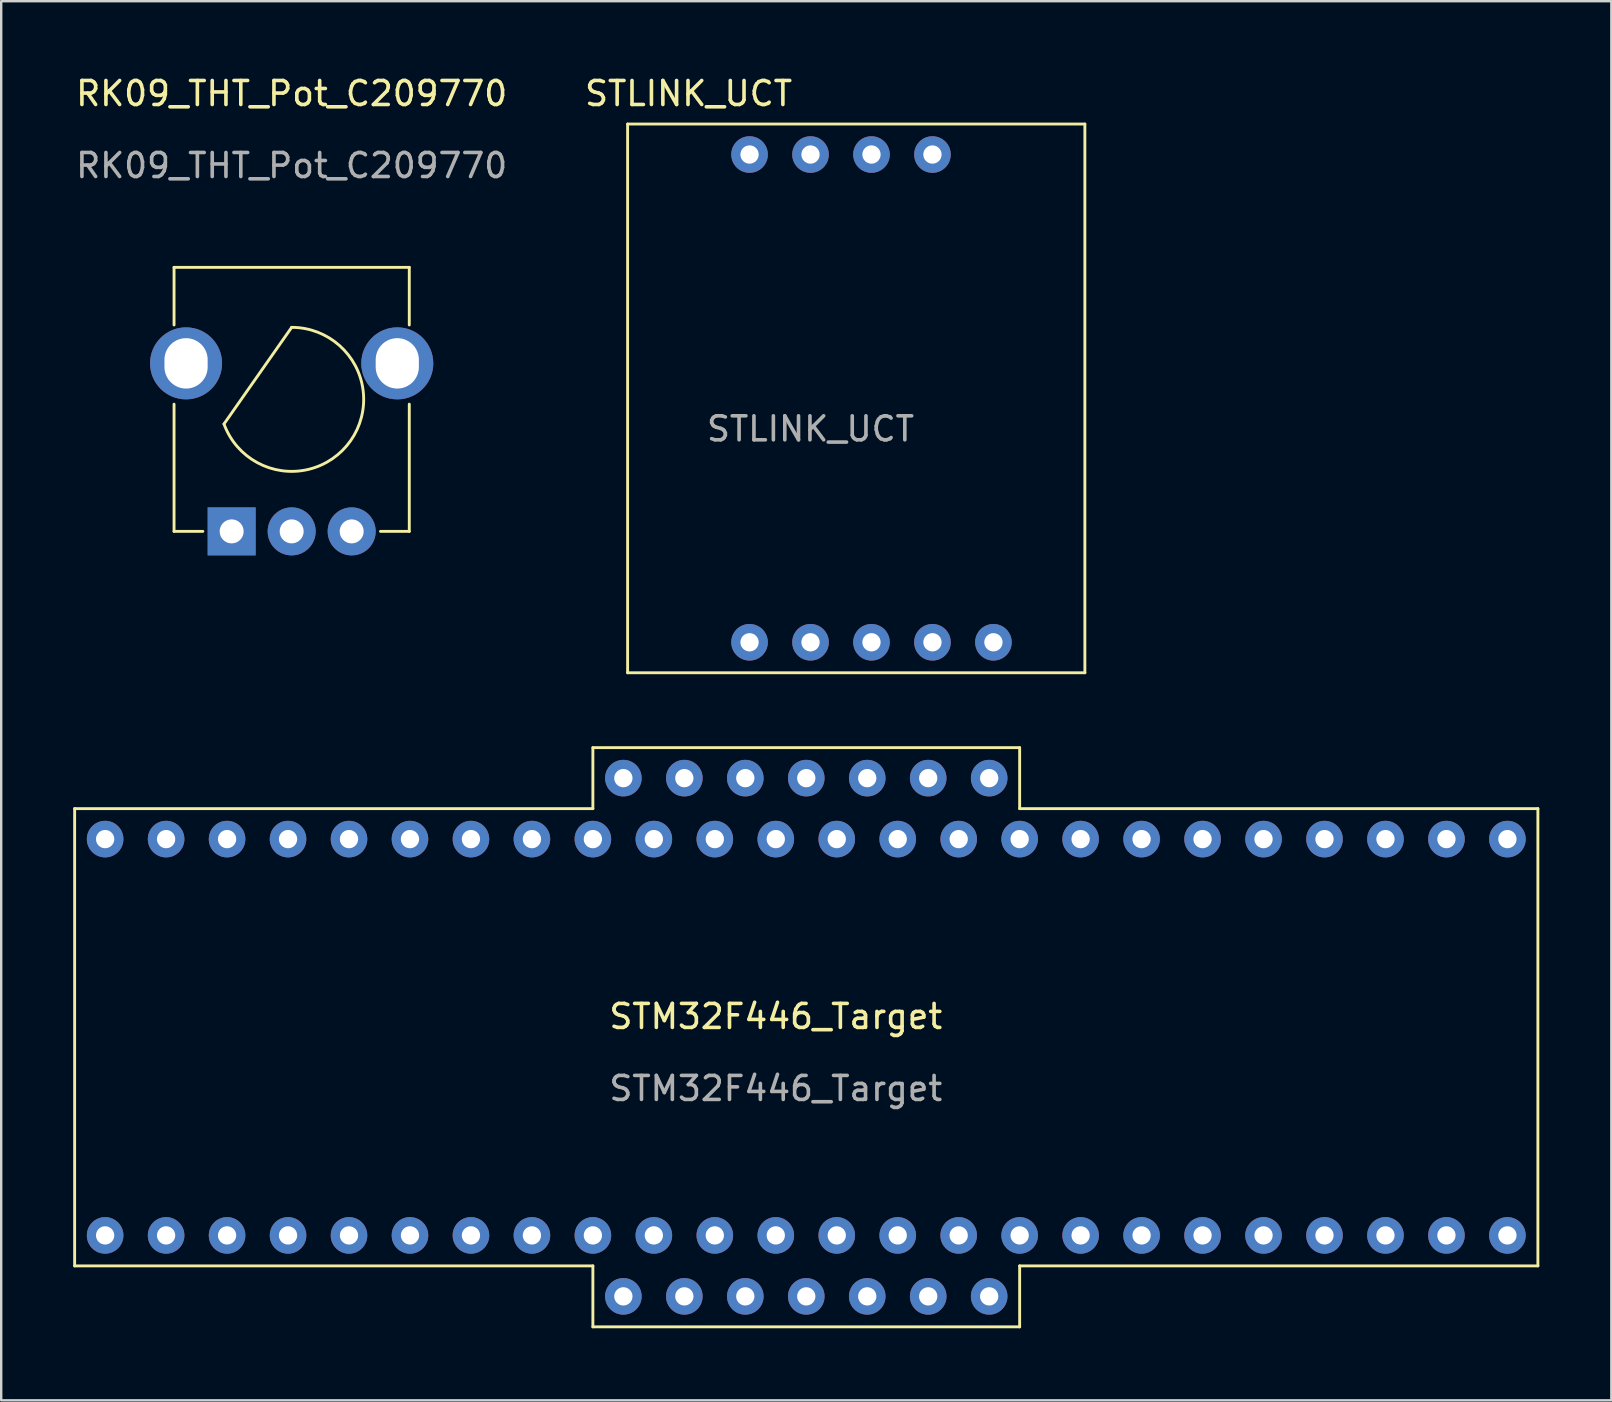
<source format=kicad_pcb>
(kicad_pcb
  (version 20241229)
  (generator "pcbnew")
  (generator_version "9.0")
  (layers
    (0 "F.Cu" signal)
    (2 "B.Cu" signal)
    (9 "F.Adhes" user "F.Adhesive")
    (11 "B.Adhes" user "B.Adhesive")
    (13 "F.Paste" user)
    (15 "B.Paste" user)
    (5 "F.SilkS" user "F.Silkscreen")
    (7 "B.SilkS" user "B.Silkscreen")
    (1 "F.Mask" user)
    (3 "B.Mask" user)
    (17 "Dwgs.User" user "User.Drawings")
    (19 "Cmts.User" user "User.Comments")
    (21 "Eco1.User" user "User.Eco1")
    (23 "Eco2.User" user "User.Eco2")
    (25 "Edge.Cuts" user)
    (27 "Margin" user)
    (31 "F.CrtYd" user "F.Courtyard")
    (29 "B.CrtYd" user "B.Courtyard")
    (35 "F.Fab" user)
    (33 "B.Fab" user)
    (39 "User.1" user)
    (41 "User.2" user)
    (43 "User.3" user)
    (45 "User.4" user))
  (footprint "STLINK_UCT"
    (layer "F.Cu")
    (at 31.987 13.548)
    (property "Reference" "STLINK_UCT" (at -6.35 -12.7 0) (unlocked yes) (layer "F.SilkS") (effects (font (size 1 1) (thickness 0.15))))
    (attr through_hole)
    (fp_line (start -8.89 -11.43) (end 10.16 -11.43) (stroke (width 0.12) (type solid)) (layer "F.SilkS"))
    (fp_line (start -8.89 11.43) (end -8.89 -11.43) (stroke (width 0.12) (type solid)) (layer "F.SilkS"))
    (fp_line (start 10.16 -11.43) (end 10.16 11.43) (stroke (width 0.12) (type solid)) (layer "F.SilkS"))
    (fp_line (start 10.16 11.43) (end -8.89 11.43) (stroke (width 0.12) (type solid)) (layer "F.SilkS"))
    (fp_text user "${REFERENCE}" (at -1.27 1.27 0) (unlocked yes) (layer "F.Fab") (effects (font (size 1 1) (thickness 0.15))))
    (pad "1" thru_hole circle (at 6.35 10.16) (size 1.524 1.524) (drill 0.762) (layers "*.Cu" "*.Mask"))
    (pad "2" thru_hole circle (at 3.81 10.16) (size 1.524 1.524) (drill 0.762) (layers "*.Cu" "*.Mask"))
    (pad "3" thru_hole circle (at 1.27 10.16) (size 1.524 1.524) (drill 0.762) (layers "*.Cu" "*.Mask"))
    (pad "4" thru_hole circle (at -1.27 10.16) (size 1.524 1.524) (drill 0.762) (layers "*.Cu" "*.Mask"))
    (pad "5" thru_hole circle (at -3.81 10.16) (size 1.524 1.524) (drill 0.762) (layers "*.Cu" "*.Mask"))
    (pad "6" thru_hole circle (at 3.81 -10.16) (size 1.524 1.524) (drill 0.762) (layers "*.Cu" "*.Mask"))
    (pad "7" thru_hole circle (at 1.27 -10.16) (size 1.524 1.524) (drill 0.762) (layers "*.Cu" "*.Mask"))
    (pad "8" thru_hole circle (at -1.27 -10.16) (size 1.524 1.524) (drill 0.762) (layers "*.Cu" "*.Mask"))
    (pad "9" thru_hole circle (at -3.81 -10.16) (size 1.524 1.524) (drill 0.762) (layers "*.Cu" "*.Mask")))
  (footprint "STM32F446_Target"
    (layer "F.Cu")
    (at 29.27 40.163)
    (property "Reference" "STM32F446_Target" (at 0 -0.865 0) (unlocked yes) (layer "F.SilkS") (effects (font (size 1 1) (thickness 0.15))))
    (attr through_hole)
    (fp_line (start -29.21 -9.525) (end -29.21 9.525) (stroke (width 0.12) (type solid)) (layer "F.SilkS"))
    (fp_line (start -29.21 -9.525) (end -7.62 -9.525) (stroke (width 0.12) (type solid)) (layer "F.SilkS"))
    (fp_line (start -7.62 -12.065) (end 10.16 -12.065) (stroke (width 0.12) (type solid)) (layer "F.SilkS"))
    (fp_line (start -7.62 -9.525) (end -7.62 -12.065) (stroke (width 0.12) (type solid)) (layer "F.SilkS"))
    (fp_line (start -7.62 9.525) (end -29.21 9.525) (stroke (width 0.12) (type solid)) (layer "F.SilkS"))
    (fp_line (start -7.62 12.065) (end -7.62 9.525) (stroke (width 0.12) (type solid)) (layer "F.SilkS"))
    (fp_line (start 10.16 -12.065) (end 10.16 -9.525) (stroke (width 0.12) (type solid)) (layer "F.SilkS"))
    (fp_line (start 10.16 -9.525) (end 31.75 -9.525) (stroke (width 0.12) (type solid)) (layer "F.SilkS"))
    (fp_line (start 10.16 9.525) (end 10.16 12.065) (stroke (width 0.12) (type solid)) (layer "F.SilkS"))
    (fp_line (start 10.16 12.065) (end -7.62 12.065) (stroke (width 0.12) (type solid)) (layer "F.SilkS"))
    (fp_line (start 31.75 -9.525) (end 31.75 9.525) (stroke (width 0.12) (type solid)) (layer "F.SilkS"))
    (fp_line (start 31.75 9.525) (end 10.16 9.525) (stroke (width 0.12) (type solid)) (layer "F.SilkS"))
    (fp_text user "${REFERENCE}" (at 0 2.135 0) (unlocked yes) (layer "F.Fab") (effects (font (size 1 1) (thickness 0.15))))
    (pad "1" thru_hole circle (at -27.94 8.255) (size 1.524 1.524) (drill 0.762) (layers "*.Cu" "*.Mask"))
    (pad "2" thru_hole circle (at -25.4 8.255) (size 1.524 1.524) (drill 0.762) (layers "*.Cu" "*.Mask"))
    (pad "3" thru_hole circle (at -22.86 8.255) (size 1.524 1.524) (drill 0.762) (layers "*.Cu" "*.Mask"))
    (pad "4" thru_hole circle (at -20.32 8.255) (size 1.524 1.524) (drill 0.762) (layers "*.Cu" "*.Mask"))
    (pad "5" thru_hole circle (at -17.78 8.255) (size 1.524 1.524) (drill 0.762) (layers "*.Cu" "*.Mask"))
    (pad "6" thru_hole circle (at -15.24 8.255) (size 1.524 1.524) (drill 0.762) (layers "*.Cu" "*.Mask"))
    (pad "7" thru_hole circle (at -12.7 8.255) (size 1.524 1.524) (drill 0.762) (layers "*.Cu" "*.Mask"))
    (pad "8" thru_hole circle (at -10.16 8.255) (size 1.524 1.524) (drill 0.762) (layers "*.Cu" "*.Mask"))
    (pad "9" thru_hole circle (at -7.62 8.255) (size 1.524 1.524) (drill 0.762) (layers "*.Cu" "*.Mask"))
    (pad "10" thru_hole circle (at -5.08 8.255) (size 1.524 1.524) (drill 0.762) (layers "*.Cu" "*.Mask"))
    (pad "11" thru_hole circle (at -2.54 8.255) (size 1.524 1.524) (drill 0.762) (layers "*.Cu" "*.Mask"))
    (pad "12" thru_hole circle (at 0 8.255) (size 1.524 1.524) (drill 0.762) (layers "*.Cu" "*.Mask"))
    (pad "13" thru_hole circle (at 2.54 8.255) (size 1.524 1.524) (drill 0.762) (layers "*.Cu" "*.Mask"))
    (pad "14" thru_hole circle (at 5.08 8.255) (size 1.524 1.524) (drill 0.762) (layers "*.Cu" "*.Mask"))
    (pad "15" thru_hole circle (at 7.62 8.255) (size 1.524 1.524) (drill 0.762) (layers "*.Cu" "*.Mask"))
    (pad "16" thru_hole circle (at 10.16 8.255) (size 1.524 1.524) (drill 0.762) (layers "*.Cu" "*.Mask"))
    (pad "17" thru_hole circle (at 12.7 8.255) (size 1.524 1.524) (drill 0.762) (layers "*.Cu" "*.Mask"))
    (pad "18" thru_hole circle (at 15.24 8.255) (size 1.524 1.524) (drill 0.762) (layers "*.Cu" "*.Mask"))
    (pad "19" thru_hole circle (at 17.78 8.255) (size 1.524 1.524) (drill 0.762) (layers "*.Cu" "*.Mask"))
    (pad "20" thru_hole circle (at 20.32 8.255) (size 1.524 1.524) (drill 0.762) (layers "*.Cu" "*.Mask"))
    (pad "21" thru_hole circle (at 22.86 8.255) (size 1.524 1.524) (drill 0.762) (layers "*.Cu" "*.Mask"))
    (pad "22" thru_hole circle (at 25.4 8.255) (size 1.524 1.524) (drill 0.762) (layers "*.Cu" "*.Mask"))
    (pad "23" thru_hole circle (at 27.94 8.255) (size 1.524 1.524) (drill 0.762) (layers "*.Cu" "*.Mask"))
    (pad "24" thru_hole circle (at 30.48 8.255) (size 1.524 1.524) (drill 0.762) (layers "*.Cu" "*.Mask"))
    (pad "25" thru_hole circle (at 30.48 -8.255) (size 1.524 1.524) (drill 0.762) (layers "*.Cu" "*.Mask"))
    (pad "26" thru_hole circle (at 27.94 -8.255) (size 1.524 1.524) (drill 0.762) (layers "*.Cu" "*.Mask"))
    (pad "27" thru_hole circle (at 25.4 -8.255) (size 1.524 1.524) (drill 0.762) (layers "*.Cu" "*.Mask"))
    (pad "28" thru_hole circle (at 22.86 -8.255) (size 1.524 1.524) (drill 0.762) (layers "*.Cu" "*.Mask"))
    (pad "29" thru_hole circle (at 20.32 -8.255) (size 1.524 1.524) (drill 0.762) (layers "*.Cu" "*.Mask"))
    (pad "30" thru_hole circle (at 17.78 -8.255) (size 1.524 1.524) (drill 0.762) (layers "*.Cu" "*.Mask"))
    (pad "31" thru_hole circle (at 15.24 -8.255) (size 1.524 1.524) (drill 0.762) (layers "*.Cu" "*.Mask"))
    (pad "32" thru_hole circle (at 12.7 -8.255) (size 1.524 1.524) (drill 0.762) (layers "*.Cu" "*.Mask"))
    (pad "33" thru_hole circle (at 10.16 -8.255) (size 1.524 1.524) (drill 0.762) (layers "*.Cu" "*.Mask"))
    (pad "34" thru_hole circle (at 7.62 -8.255) (size 1.524 1.524) (drill 0.762) (layers "*.Cu" "*.Mask"))
    (pad "35" thru_hole circle (at 5.08 -8.255) (size 1.524 1.524) (drill 0.762) (layers "*.Cu" "*.Mask"))
    (pad "36" thru_hole circle (at 2.54 -8.255) (size 1.524 1.524) (drill 0.762) (layers "*.Cu" "*.Mask"))
    (pad "37" thru_hole circle (at 0 -8.255) (size 1.524 1.524) (drill 0.762) (layers "*.Cu" "*.Mask"))
    (pad "38" thru_hole circle (at -2.54 -8.255) (size 1.524 1.524) (drill 0.762) (layers "*.Cu" "*.Mask"))
    (pad "39" thru_hole circle (at -5.08 -8.255) (size 1.524 1.524) (drill 0.762) (layers "*.Cu" "*.Mask"))
    (pad "40" thru_hole circle (at -7.62 -8.255) (size 1.524 1.524) (drill 0.762) (layers "*.Cu" "*.Mask"))
    (pad "41" thru_hole circle (at -10.16 -8.255) (size 1.524 1.524) (drill 0.762) (layers "*.Cu" "*.Mask"))
    (pad "42" thru_hole circle (at -12.7 -8.255) (size 1.524 1.524) (drill 0.762) (layers "*.Cu" "*.Mask"))
    (pad "43" thru_hole circle (at -15.24 -8.255) (size 1.524 1.524) (drill 0.762) (layers "*.Cu" "*.Mask"))
    (pad "44" thru_hole circle (at -17.78 -8.255) (size 1.524 1.524) (drill 0.762) (layers "*.Cu" "*.Mask"))
    (pad "45" thru_hole circle (at -20.32 -8.255) (size 1.524 1.524) (drill 0.762) (layers "*.Cu" "*.Mask"))
    (pad "46" thru_hole circle (at -22.86 -8.255) (size 1.524 1.524) (drill 0.762) (layers "*.Cu" "*.Mask"))
    (pad "47" thru_hole circle (at -25.4 -8.255) (size 1.524 1.524) (drill 0.762) (layers "*.Cu" "*.Mask"))
    (pad "48" thru_hole circle (at -27.94 -8.255) (size 1.524 1.524) (drill 0.762) (layers "*.Cu" "*.Mask"))
    (pad "49" thru_hole circle (at -6.35 10.795) (size 1.524 1.524) (drill 0.762) (layers "*.Cu" "*.Mask"))
    (pad "50" thru_hole circle (at -3.81 10.795) (size 1.524 1.524) (drill 0.762) (layers "*.Cu" "*.Mask"))
    (pad "51" thru_hole circle (at -1.27 10.795) (size 1.524 1.524) (drill 0.762) (layers "*.Cu" "*.Mask"))
    (pad "52" thru_hole circle (at 1.27 10.795) (size 1.524 1.524) (drill 0.762) (layers "*.Cu" "*.Mask"))
    (pad "53" thru_hole circle (at 3.81 10.795) (size 1.524 1.524) (drill 0.762) (layers "*.Cu" "*.Mask"))
    (pad "54" thru_hole circle (at 6.35 10.795) (size 1.524 1.524) (drill 0.762) (layers "*.Cu" "*.Mask"))
    (pad "55" thru_hole circle (at 8.89 10.795) (size 1.524 1.524) (drill 0.762) (layers "*.Cu" "*.Mask"))
    (pad "56" thru_hole circle (at 8.89 -10.795) (size 1.524 1.524) (drill 0.762) (layers "*.Cu" "*.Mask"))
    (pad "57" thru_hole circle (at 6.35 -10.795) (size 1.524 1.524) (drill 0.762) (layers "*.Cu" "*.Mask"))
    (pad "58" thru_hole circle (at 3.81 -10.795) (size 1.524 1.524) (drill 0.762) (layers "*.Cu" "*.Mask"))
    (pad "59" thru_hole circle (at 1.27 -10.795) (size 1.524 1.524) (drill 0.762) (layers "*.Cu" "*.Mask"))
    (pad "60" thru_hole circle (at -1.27 -10.795) (size 1.524 1.524) (drill 0.762) (layers "*.Cu" "*.Mask"))
    (pad "61" thru_hole circle (at -3.81 -10.795) (size 1.524 1.524) (drill 0.762) (layers "*.Cu" "*.Mask"))
    (pad "62" thru_hole circle (at -6.35 -10.795) (size 1.524 1.524) (drill 0.762) (layers "*.Cu" "*.Mask")))
  (footprint "RK09_THT_Pot_C209770"
    (layer "F.Cu")
    (at 9.101 19.088)
    (property "Reference" "RK09_THT_Pot_C209770" (at 0 -18.24 0) (unlocked yes) (layer "F.SilkS") (effects (font (size 1 1) (thickness 0.15))))
    (attr through_hole)
    (fp_line (start -4.9 -11) (end -4.9 -8.6) (stroke (width 0.12) (type solid)) (layer "F.SilkS"))
    (fp_line (start -4.9 -11) (end 4.9 -11) (stroke (width 0.12) (type solid)) (layer "F.SilkS"))
    (fp_line (start -4.9 -5.3) (end -4.9 0) (stroke (width 0.12) (type solid)) (layer "F.SilkS"))
    (fp_line (start -4.9 0) (end -3.7 0) (stroke (width 0.12) (type solid)) (layer "F.SilkS"))
    (fp_line (start 0 -8.5) (end -2.819 -4.475) (stroke (width 0.12) (type solid)) (layer "F.SilkS"))
    (fp_line (start 4.9 -11) (end 4.9 -8.6) (stroke (width 0.12) (type solid)) (layer "F.SilkS"))
    (fp_line (start 4.9 -5.3) (end 4.9 0) (stroke (width 0.12) (type solid)) (layer "F.SilkS"))
    (fp_line (start 4.9 0) (end 3.7 0) (stroke (width 0.12) (type solid)) (layer "F.SilkS"))
    (fp_arc (start 0 -8.5) (mid 2.457202 -3.778908) (end -2.81938 -4.474771) (stroke (width 0.12) (type solid)) (layer "F.SilkS"))
    (fp_text user "${REFERENCE}" (at 0 -15.24 0) (unlocked yes) (layer "F.Fab") (effects (font (size 1 1) (thickness 0.15))))
    (pad "" thru_hole circle (at -4.4 -7 90) (size 3 3) (drill oval 2.1 1.8) (layers "*.Cu" "*.Mask"))
    (pad "" thru_hole circle (at 4.4 -7 90) (size 3 3) (drill oval 2.1 1.8) (layers "*.Cu" "*.Mask"))
    (pad "1" thru_hole rect (at -2.5 0) (size 2 2) (drill 1) (layers "*.Cu" "*.Mask"))
    (pad "2" thru_hole circle (at 0 0) (size 2 2) (drill 1) (layers "*.Cu" "*.Mask"))
    (pad "3" thru_hole circle (at 2.5 0) (size 2 2) (drill 1) (layers "*.Cu" "*.Mask")))
  (gr_rect
    (start -3 -3)
    (end 64.08 55.288)
    (stroke (width 0.1) (type default))
    (fill no)
    (layer "Edge.Cuts")))
</source>
